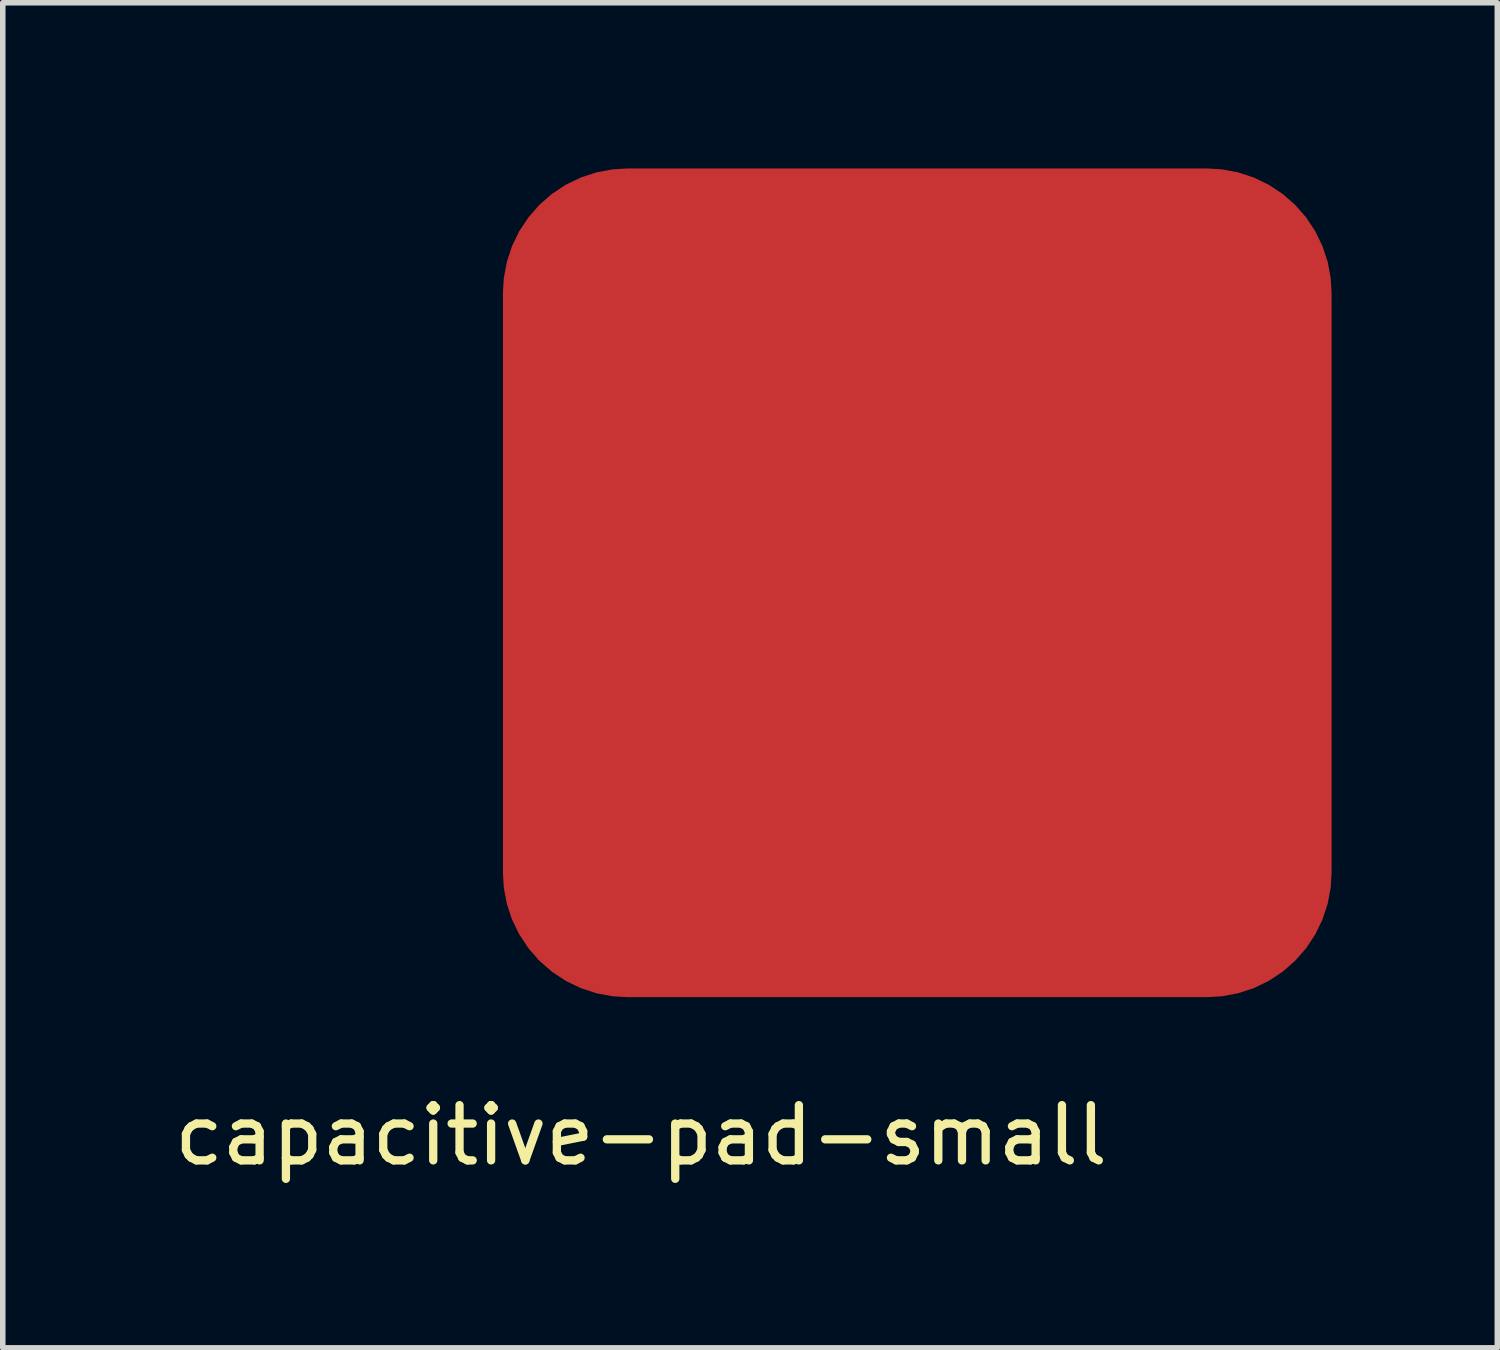
<source format=kicad_pcb>
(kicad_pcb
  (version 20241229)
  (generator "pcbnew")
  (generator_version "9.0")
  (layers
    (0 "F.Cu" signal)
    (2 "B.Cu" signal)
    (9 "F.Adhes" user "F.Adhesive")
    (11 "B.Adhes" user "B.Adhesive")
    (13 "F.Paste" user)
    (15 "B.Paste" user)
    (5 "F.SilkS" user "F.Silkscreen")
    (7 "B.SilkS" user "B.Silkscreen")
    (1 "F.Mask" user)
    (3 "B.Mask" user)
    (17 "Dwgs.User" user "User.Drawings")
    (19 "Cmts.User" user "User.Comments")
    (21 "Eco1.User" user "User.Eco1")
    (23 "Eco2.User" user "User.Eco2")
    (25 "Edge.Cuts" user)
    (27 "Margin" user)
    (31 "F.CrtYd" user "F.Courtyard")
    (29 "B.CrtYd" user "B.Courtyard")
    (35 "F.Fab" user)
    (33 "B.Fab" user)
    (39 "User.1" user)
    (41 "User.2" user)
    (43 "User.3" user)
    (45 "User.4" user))
  (footprint "capacitive-pad-small"
    (layer "F.Cu")
    (at 13.554 7.5)
    (property "Reference" "capacitive-pad-small" (at -5 10 0) (layer "F.SilkS") (effects (font (size 1 1) (thickness 0.15))))
    (attr through_hole)
    (pad "1" smd roundrect (at 0 0) (size 15 15) (layers "F.Cu" "F.Mask" "F.Paste") (roundrect_rratio 0.15)))
  (gr_rect
    (start -3 -3)
    (end 24.054 21.348)
    (stroke (width 0.1) (type default))
    (fill no)
    (layer "Edge.Cuts")))
</source>
